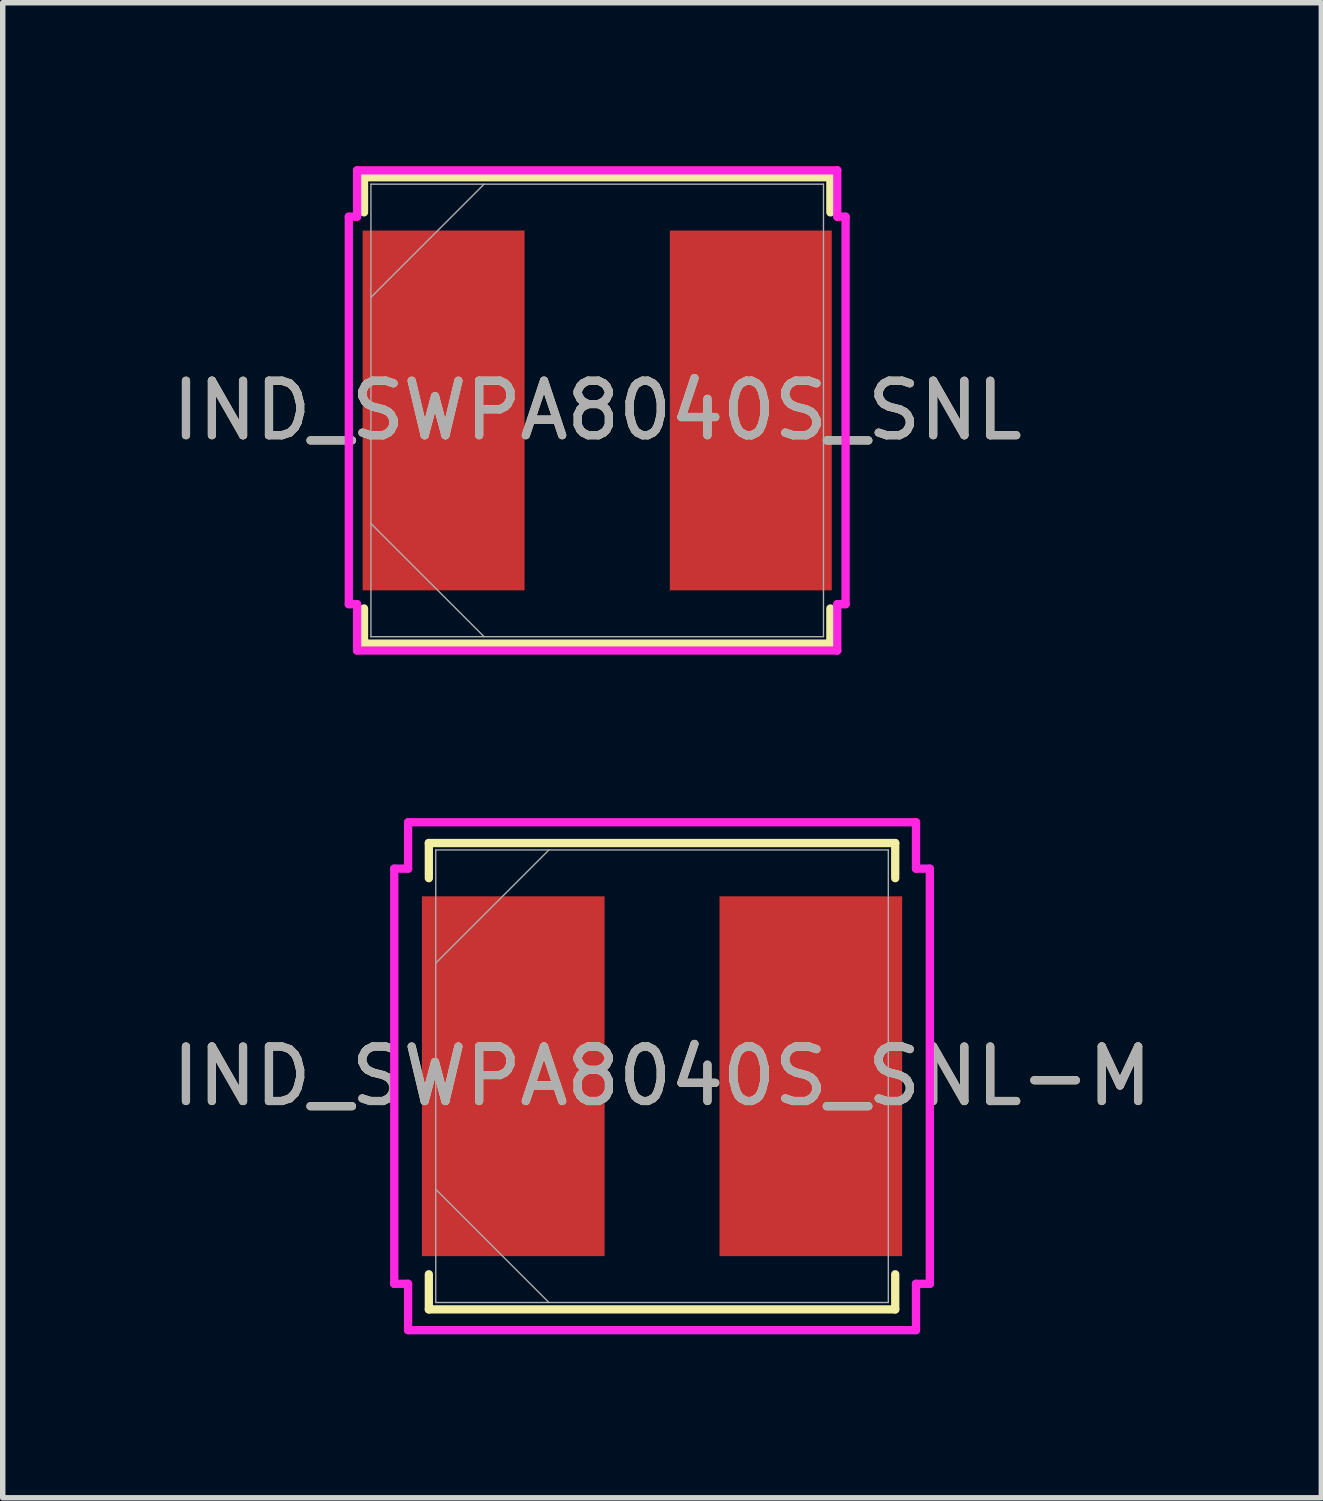
<source format=kicad_pcb>
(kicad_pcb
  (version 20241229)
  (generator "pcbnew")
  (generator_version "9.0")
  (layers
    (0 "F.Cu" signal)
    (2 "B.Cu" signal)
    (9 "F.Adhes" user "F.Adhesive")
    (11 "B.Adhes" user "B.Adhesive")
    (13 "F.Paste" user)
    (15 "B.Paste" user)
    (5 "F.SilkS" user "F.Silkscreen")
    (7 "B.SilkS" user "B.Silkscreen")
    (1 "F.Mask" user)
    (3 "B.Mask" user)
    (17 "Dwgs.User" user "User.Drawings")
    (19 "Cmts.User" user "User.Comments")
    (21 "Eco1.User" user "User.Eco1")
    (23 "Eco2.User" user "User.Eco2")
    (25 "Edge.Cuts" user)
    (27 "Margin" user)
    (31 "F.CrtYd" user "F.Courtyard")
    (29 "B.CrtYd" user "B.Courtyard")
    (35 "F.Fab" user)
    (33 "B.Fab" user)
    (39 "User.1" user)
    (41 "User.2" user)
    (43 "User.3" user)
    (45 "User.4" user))
  (footprint "IND_SWPA8040S_SNL-M"
    (layer "F.Cu")
    (at 9.101 16.703)
    (property "Reference" "IND_SWPA8040S_SNL-M" (at 0 0 0) (unlocked yes) (layer "F.SilkS") (effects (font (size 1 1) (thickness 0.15))))
    (attr smd)
    (fp_line (start -4.28 -4.28) (end -4.28 -3.635) (stroke (width 0.152) (type solid)) (layer "F.SilkS"))
    (fp_line (start -4.28 3.635) (end -4.28 4.28) (stroke (width 0.152) (type solid)) (layer "F.SilkS"))
    (fp_line (start -4.28 4.28) (end 4.28 4.28) (stroke (width 0.152) (type solid)) (layer "F.SilkS"))
    (fp_line (start 4.28 -4.28) (end -4.28 -4.28) (stroke (width 0.152) (type solid)) (layer "F.SilkS"))
    (fp_line (start 4.28 -3.635) (end 4.28 -4.28) (stroke (width 0.152) (type solid)) (layer "F.SilkS"))
    (fp_line (start 4.28 4.28) (end 4.28 3.635) (stroke (width 0.152) (type solid)) (layer "F.SilkS"))
    (fp_line (start -4.915 -3.81) (end -4.661 -3.81) (stroke (width 0.152) (type solid)) (layer "F.CrtYd"))
    (fp_line (start -4.915 3.81) (end -4.915 -3.81) (stroke (width 0.152) (type solid)) (layer "F.CrtYd"))
    (fp_line (start -4.661 -4.661) (end 4.661 -4.661) (stroke (width 0.152) (type solid)) (layer "F.CrtYd"))
    (fp_line (start -4.661 -3.81) (end -4.661 -4.661) (stroke (width 0.152) (type solid)) (layer "F.CrtYd"))
    (fp_line (start -4.661 3.81) (end -4.915 3.81) (stroke (width 0.152) (type solid)) (layer "F.CrtYd"))
    (fp_line (start -4.661 3.81) (end -4.661 4.661) (stroke (width 0.152) (type solid)) (layer "F.CrtYd"))
    (fp_line (start -4.661 4.661) (end 4.661 4.661) (stroke (width 0.152) (type solid)) (layer "F.CrtYd"))
    (fp_line (start 4.661 -4.661) (end 4.661 -3.81) (stroke (width 0.152) (type solid)) (layer "F.CrtYd"))
    (fp_line (start 4.661 -3.81) (end 4.915 -3.81) (stroke (width 0.152) (type solid)) (layer "F.CrtYd"))
    (fp_line (start 4.661 3.81) (end 4.915 3.81) (stroke (width 0.152) (type solid)) (layer "F.CrtYd"))
    (fp_line (start 4.661 4.661) (end 4.661 3.81) (stroke (width 0.152) (type solid)) (layer "F.CrtYd"))
    (fp_line (start 4.915 -3.81) (end 4.915 3.81) (stroke (width 0.152) (type solid)) (layer "F.CrtYd"))
    (fp_line (start -4.153 -4.153) (end -4.153 4.153) (stroke (width 0.025) (type solid)) (layer "F.Fab"))
    (fp_line (start -4.153 -2.076) (end -2.076 -4.153) (stroke (width 0.025) (type solid)) (layer "F.Fab"))
    (fp_line (start -4.153 2.076) (end -2.076 4.153) (stroke (width 0.025) (type solid)) (layer "F.Fab"))
    (fp_line (start -4.153 4.153) (end 4.153 4.153) (stroke (width 0.025) (type solid)) (layer "F.Fab"))
    (fp_line (start 4.153 -4.153) (end -4.153 -4.153) (stroke (width 0.025) (type solid)) (layer "F.Fab"))
    (fp_line (start 4.153 4.153) (end 4.153 -4.153) (stroke (width 0.025) (type solid)) (layer "F.Fab"))
    (fp_text user "${REFERENCE}" (at 0 0 0) (unlocked yes) (layer "F.Fab") (effects (font (size 1 1) (thickness 0.15))))
    (pad "1" smd rect (at -2.731 0 90) (size 6.604 3.353) (layers "F.Cu" "F.Mask" "F.Paste"))
    (pad "2" smd rect (at 2.731 0 90) (size 6.604 3.353) (layers "F.Cu" "F.Mask" "F.Paste")))
  (footprint "IND_SWPA8040S_SNL"
    (layer "F.Cu")
    (at 7.911 4.483)
    (property "Reference" "IND_SWPA8040S_SNL" (at 0 0 0) (unlocked yes) (layer "F.SilkS") (effects (font (size 1 1) (thickness 0.15))))
    (attr smd)
    (fp_line (start -4.28 -4.28) (end -4.28 -3.635) (stroke (width 0.152) (type solid)) (layer "F.SilkS"))
    (fp_line (start -4.28 3.635) (end -4.28 4.28) (stroke (width 0.152) (type solid)) (layer "F.SilkS"))
    (fp_line (start -4.28 4.28) (end 4.28 4.28) (stroke (width 0.152) (type solid)) (layer "F.SilkS"))
    (fp_line (start 4.28 -4.28) (end -4.28 -4.28) (stroke (width 0.152) (type solid)) (layer "F.SilkS"))
    (fp_line (start 4.28 -3.635) (end 4.28 -4.28) (stroke (width 0.152) (type solid)) (layer "F.SilkS"))
    (fp_line (start 4.28 4.28) (end 4.28 3.635) (stroke (width 0.152) (type solid)) (layer "F.SilkS"))
    (fp_line (start -4.559 -3.556) (end -4.407 -3.556) (stroke (width 0.152) (type solid)) (layer "F.CrtYd"))
    (fp_line (start -4.559 3.556) (end -4.559 -3.556) (stroke (width 0.152) (type solid)) (layer "F.CrtYd"))
    (fp_line (start -4.407 -4.407) (end 4.407 -4.407) (stroke (width 0.152) (type solid)) (layer "F.CrtYd"))
    (fp_line (start -4.407 -3.556) (end -4.407 -4.407) (stroke (width 0.152) (type solid)) (layer "F.CrtYd"))
    (fp_line (start -4.407 3.556) (end -4.559 3.556) (stroke (width 0.152) (type solid)) (layer "F.CrtYd"))
    (fp_line (start -4.407 3.556) (end -4.407 4.407) (stroke (width 0.152) (type solid)) (layer "F.CrtYd"))
    (fp_line (start -4.407 4.407) (end 4.407 4.407) (stroke (width 0.152) (type solid)) (layer "F.CrtYd"))
    (fp_line (start 4.407 -4.407) (end 4.407 -3.556) (stroke (width 0.152) (type solid)) (layer "F.CrtYd"))
    (fp_line (start 4.407 -3.556) (end 4.559 -3.556) (stroke (width 0.152) (type solid)) (layer "F.CrtYd"))
    (fp_line (start 4.407 3.556) (end 4.559 3.556) (stroke (width 0.152) (type solid)) (layer "F.CrtYd"))
    (fp_line (start 4.407 4.407) (end 4.407 3.556) (stroke (width 0.152) (type solid)) (layer "F.CrtYd"))
    (fp_line (start 4.559 -3.556) (end 4.559 3.556) (stroke (width 0.152) (type solid)) (layer "F.CrtYd"))
    (fp_line (start -4.153 -4.153) (end -4.153 4.153) (stroke (width 0.025) (type solid)) (layer "F.Fab"))
    (fp_line (start -4.153 -2.076) (end -2.076 -4.153) (stroke (width 0.025) (type solid)) (layer "F.Fab"))
    (fp_line (start -4.153 2.076) (end -2.076 4.153) (stroke (width 0.025) (type solid)) (layer "F.Fab"))
    (fp_line (start -4.153 4.153) (end 4.153 4.153) (stroke (width 0.025) (type solid)) (layer "F.Fab"))
    (fp_line (start 4.153 -4.153) (end -4.153 -4.153) (stroke (width 0.025) (type solid)) (layer "F.Fab"))
    (fp_line (start 4.153 4.153) (end 4.153 -4.153) (stroke (width 0.025) (type solid)) (layer "F.Fab"))
    (fp_text user "${REFERENCE}" (at 0 0 0) (unlocked yes) (layer "F.Fab") (effects (font (size 1 1) (thickness 0.15))))
    (pad "1" smd rect (at -2.819 0 90) (size 6.604 2.972) (layers "F.Cu" "F.Mask" "F.Paste"))
    (pad "2" smd rect (at 2.819 0 90) (size 6.604 2.972) (layers "F.Cu" "F.Mask" "F.Paste")))
  (gr_rect
    (start -3 -3)
    (end 21.202 24.44)
    (stroke (width 0.1) (type default))
    (fill no)
    (layer "Edge.Cuts")))
</source>
